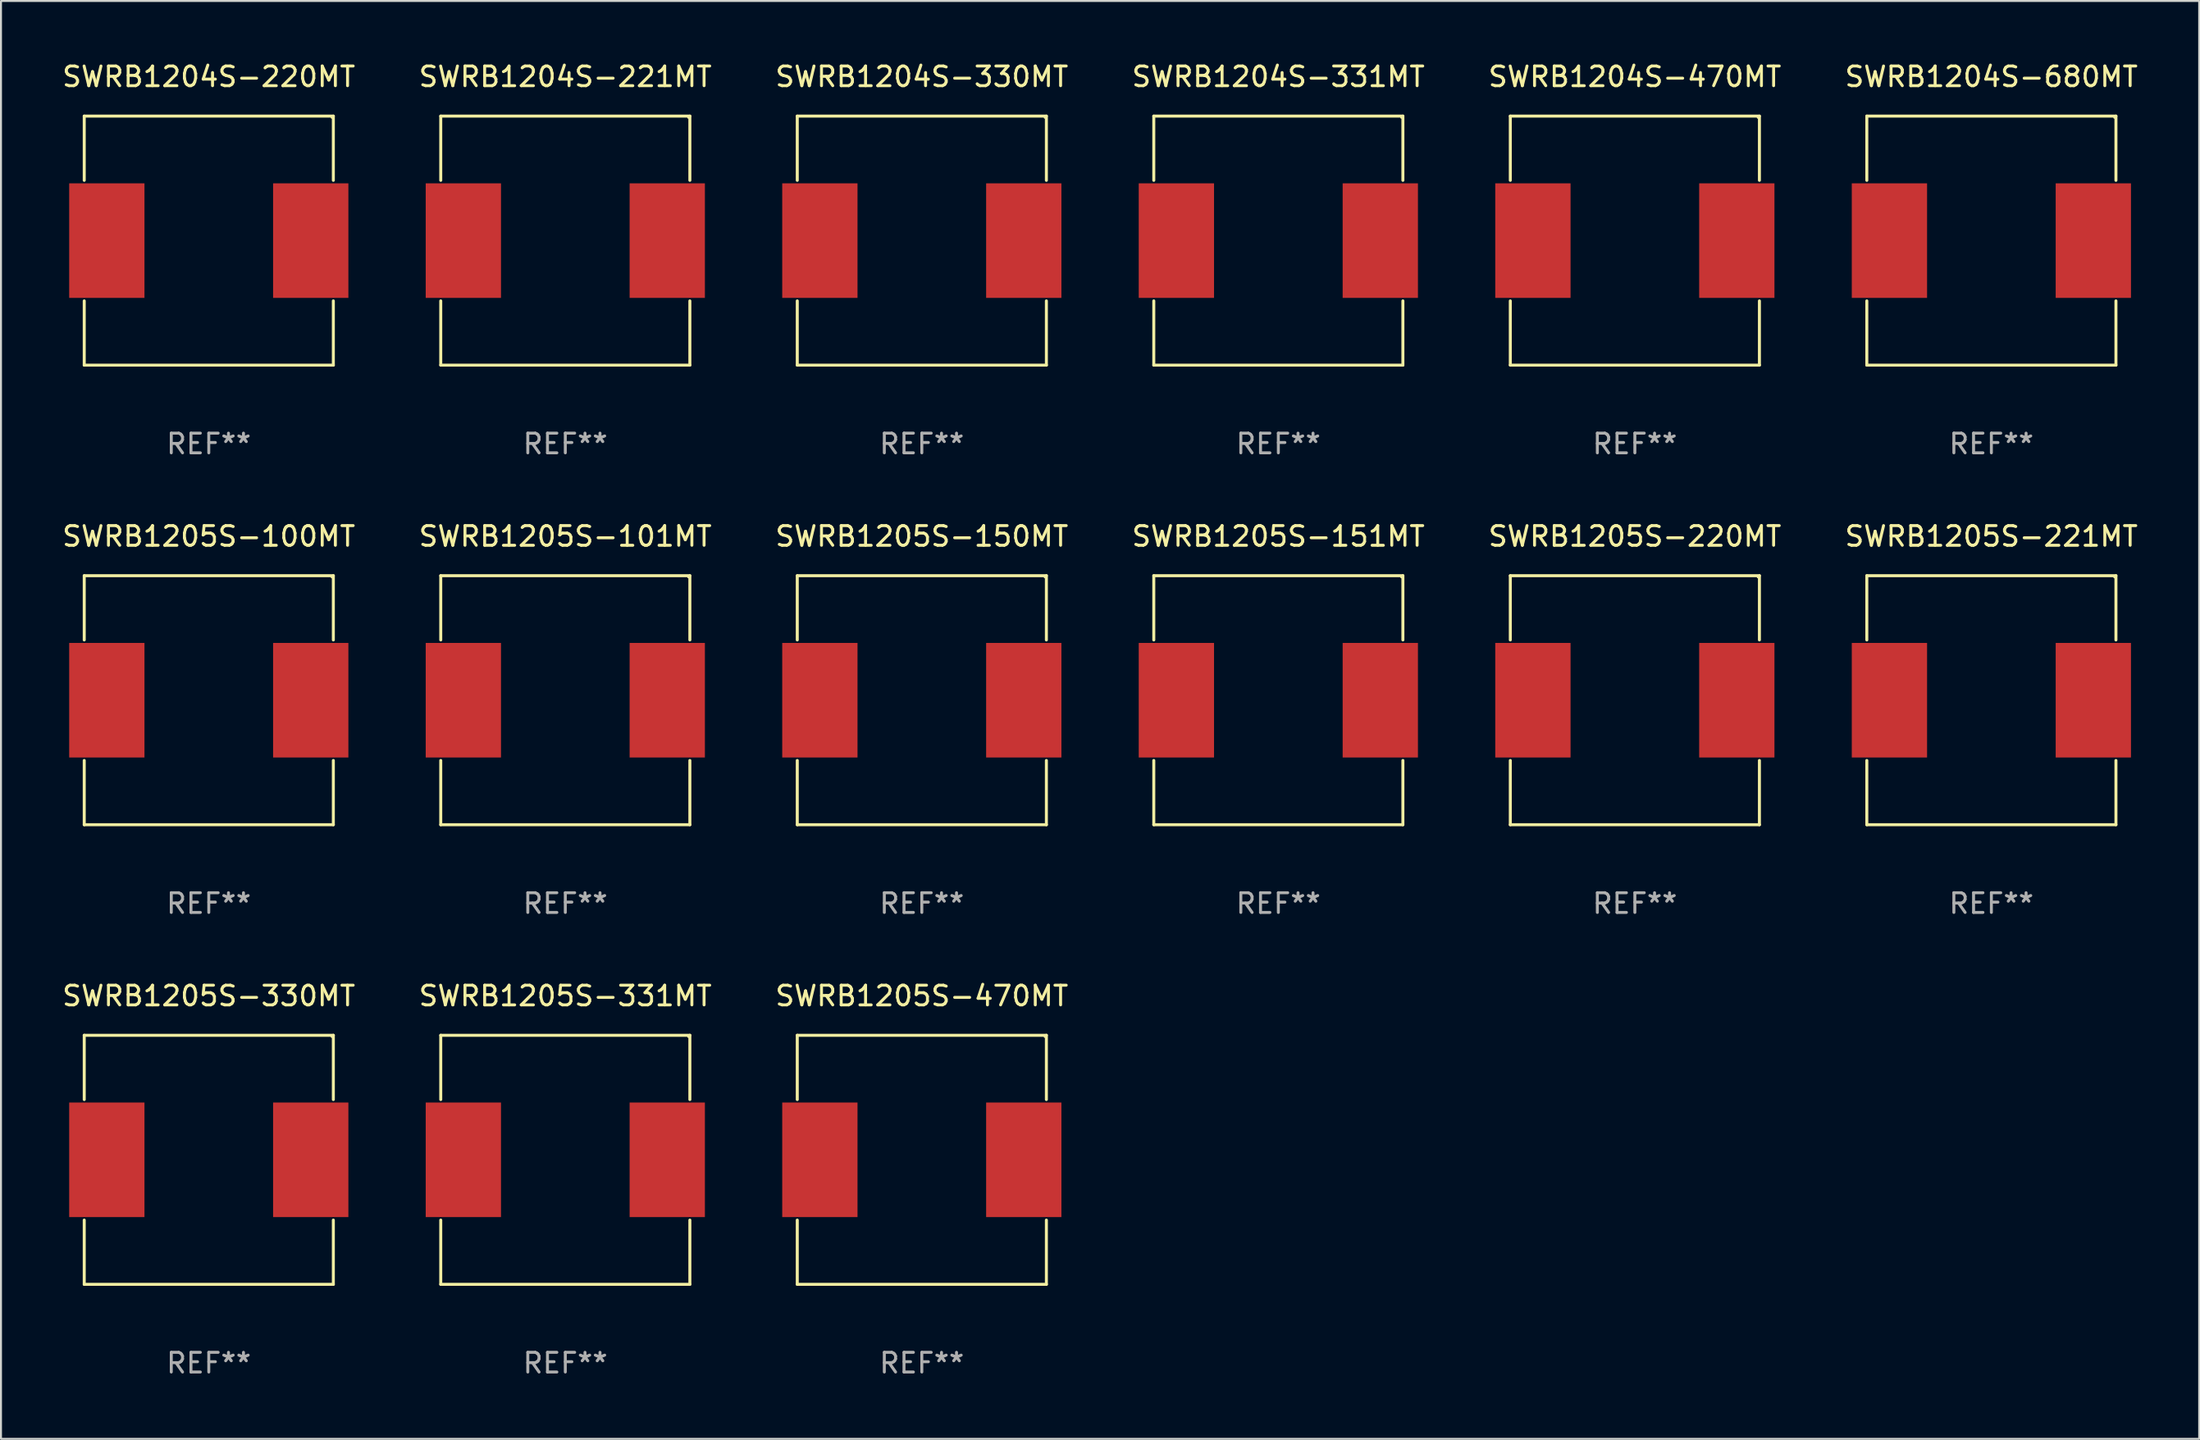
<source format=kicad_pcb>
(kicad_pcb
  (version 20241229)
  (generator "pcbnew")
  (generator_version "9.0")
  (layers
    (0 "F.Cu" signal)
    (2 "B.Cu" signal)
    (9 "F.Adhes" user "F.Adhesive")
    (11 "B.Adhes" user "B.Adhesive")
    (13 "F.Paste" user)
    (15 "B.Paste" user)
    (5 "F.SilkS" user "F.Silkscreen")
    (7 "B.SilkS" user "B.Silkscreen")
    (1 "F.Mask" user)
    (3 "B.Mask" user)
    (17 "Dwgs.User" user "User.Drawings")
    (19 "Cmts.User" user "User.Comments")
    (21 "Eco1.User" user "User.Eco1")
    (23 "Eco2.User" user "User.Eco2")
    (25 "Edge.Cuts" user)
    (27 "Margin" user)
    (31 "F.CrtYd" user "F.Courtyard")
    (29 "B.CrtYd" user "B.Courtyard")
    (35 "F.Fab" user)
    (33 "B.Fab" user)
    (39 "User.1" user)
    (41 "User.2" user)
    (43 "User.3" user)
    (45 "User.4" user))
  (footprint "SWRB1205S-150MT"
    (layer "F.Cu")
    (at 43.768 32.523)
    (property "Reference" "SWRB1205S-150MT" (at 0 -8.326 0) (layer "F.SilkS") (effects (font (size 1 1) (thickness 0.15))))
    (attr through_hole)
    (fp_line (start -6.326 -6.326) (end 6.326 -6.326) (stroke (width 0.152) (type solid)) (layer "F.SilkS"))
    (fp_line (start -6.326 -3.062) (end -6.326 -6.326) (stroke (width 0.152) (type solid)) (layer "F.SilkS"))
    (fp_line (start -6.326 3.062) (end -6.326 6.326) (stroke (width 0.152) (type solid)) (layer "F.SilkS"))
    (fp_line (start -6.326 6.326) (end 6.326 6.326) (stroke (width 0.152) (type solid)) (layer "F.SilkS"))
    (fp_line (start 6.326 -6.326) (end 6.326 -3.062) (stroke (width 0.152) (type solid)) (layer "F.SilkS"))
    (fp_line (start 6.326 6.326) (end 6.326 3.062) (stroke (width 0.152) (type solid)) (layer "F.SilkS"))
    (fp_circle (center 6.25 -6.25) (end 6.28 -6.25) (stroke (width 0.06) (type solid)) (fill no) (layer "F.SilkS"))
    (fp_text user "REF**" (at 0 10.326 0) (layer "F.Fab") (effects (font (size 1 1) (thickness 0.15))))
    (pad "1" smd rect (at 5.178 0) (size 3.824 5.82) (layers "F.Cu" "F.Mask" "F.Paste"))
    (pad "2" smd rect (at -5.178 0) (size 3.824 5.82) (layers "F.Cu" "F.Mask" "F.Paste")))
  (footprint "SWRB1204S-221MT"
    (layer "F.Cu")
    (at 25.661 9.174)
    (property "Reference" "SWRB1204S-221MT" (at 0 -8.326 0) (layer "F.SilkS") (effects (font (size 1 1) (thickness 0.15))))
    (attr through_hole)
    (fp_line (start -6.326 -6.326) (end 6.326 -6.326) (stroke (width 0.152) (type solid)) (layer "F.SilkS"))
    (fp_line (start -6.326 -3.062) (end -6.326 -6.326) (stroke (width 0.152) (type solid)) (layer "F.SilkS"))
    (fp_line (start -6.326 3.062) (end -6.326 6.326) (stroke (width 0.152) (type solid)) (layer "F.SilkS"))
    (fp_line (start -6.326 6.326) (end 6.326 6.326) (stroke (width 0.152) (type solid)) (layer "F.SilkS"))
    (fp_line (start 6.326 -6.326) (end 6.326 -3.062) (stroke (width 0.152) (type solid)) (layer "F.SilkS"))
    (fp_line (start 6.326 6.326) (end 6.326 3.062) (stroke (width 0.152) (type solid)) (layer "F.SilkS"))
    (fp_circle (center 6.25 -6.25) (end 6.28 -6.25) (stroke (width 0.06) (type solid)) (fill no) (layer "F.SilkS"))
    (fp_text user "REF**" (at 0 10.326 0) (layer "F.Fab") (effects (font (size 1 1) (thickness 0.15))))
    (pad "1" smd rect (at 5.178 0) (size 3.824 5.82) (layers "F.Cu" "F.Mask" "F.Paste"))
    (pad "2" smd rect (at -5.178 0) (size 3.824 5.82) (layers "F.Cu" "F.Mask" "F.Paste")))
  (footprint "SWRB1205S-221MT"
    (layer "F.Cu")
    (at 98.089 32.523)
    (property "Reference" "SWRB1205S-221MT" (at 0 -8.326 0) (layer "F.SilkS") (effects (font (size 1 1) (thickness 0.15))))
    (attr through_hole)
    (fp_line (start -6.326 -6.326) (end 6.326 -6.326) (stroke (width 0.152) (type solid)) (layer "F.SilkS"))
    (fp_line (start -6.326 -3.062) (end -6.326 -6.326) (stroke (width 0.152) (type solid)) (layer "F.SilkS"))
    (fp_line (start -6.326 3.062) (end -6.326 6.326) (stroke (width 0.152) (type solid)) (layer "F.SilkS"))
    (fp_line (start -6.326 6.326) (end 6.326 6.326) (stroke (width 0.152) (type solid)) (layer "F.SilkS"))
    (fp_line (start 6.326 -6.326) (end 6.326 -3.062) (stroke (width 0.152) (type solid)) (layer "F.SilkS"))
    (fp_line (start 6.326 6.326) (end 6.326 3.062) (stroke (width 0.152) (type solid)) (layer "F.SilkS"))
    (fp_circle (center 6.25 -6.25) (end 6.28 -6.25) (stroke (width 0.06) (type solid)) (fill no) (layer "F.SilkS"))
    (fp_text user "REF**" (at 0 10.326 0) (layer "F.Fab") (effects (font (size 1 1) (thickness 0.15))))
    (pad "1" smd rect (at 5.178 0) (size 3.824 5.82) (layers "F.Cu" "F.Mask" "F.Paste"))
    (pad "2" smd rect (at -5.178 0) (size 3.824 5.82) (layers "F.Cu" "F.Mask" "F.Paste")))
  (footprint "SWRB1204S-331MT"
    (layer "F.Cu")
    (at 61.875 9.174)
    (property "Reference" "SWRB1204S-331MT" (at 0 -8.326 0) (layer "F.SilkS") (effects (font (size 1 1) (thickness 0.15))))
    (attr through_hole)
    (fp_line (start -6.326 -6.326) (end 6.326 -6.326) (stroke (width 0.152) (type solid)) (layer "F.SilkS"))
    (fp_line (start -6.326 -3.062) (end -6.326 -6.326) (stroke (width 0.152) (type solid)) (layer "F.SilkS"))
    (fp_line (start -6.326 3.062) (end -6.326 6.326) (stroke (width 0.152) (type solid)) (layer "F.SilkS"))
    (fp_line (start -6.326 6.326) (end 6.326 6.326) (stroke (width 0.152) (type solid)) (layer "F.SilkS"))
    (fp_line (start 6.326 -6.326) (end 6.326 -3.062) (stroke (width 0.152) (type solid)) (layer "F.SilkS"))
    (fp_line (start 6.326 6.326) (end 6.326 3.062) (stroke (width 0.152) (type solid)) (layer "F.SilkS"))
    (fp_circle (center 6.25 -6.25) (end 6.28 -6.25) (stroke (width 0.06) (type solid)) (fill no) (layer "F.SilkS"))
    (fp_text user "REF**" (at 0 10.326 0) (layer "F.Fab") (effects (font (size 1 1) (thickness 0.15))))
    (pad "1" smd rect (at 5.178 0) (size 3.824 5.82) (layers "F.Cu" "F.Mask" "F.Paste"))
    (pad "2" smd rect (at -5.178 0) (size 3.824 5.82) (layers "F.Cu" "F.Mask" "F.Paste")))
  (footprint "SWRB1204S-680MT"
    (layer "F.Cu")
    (at 98.089 9.174)
    (property "Reference" "SWRB1204S-680MT" (at 0 -8.326 0) (layer "F.SilkS") (effects (font (size 1 1) (thickness 0.15))))
    (attr through_hole)
    (fp_line (start -6.326 -6.326) (end 6.326 -6.326) (stroke (width 0.152) (type solid)) (layer "F.SilkS"))
    (fp_line (start -6.326 -3.062) (end -6.326 -6.326) (stroke (width 0.152) (type solid)) (layer "F.SilkS"))
    (fp_line (start -6.326 3.062) (end -6.326 6.326) (stroke (width 0.152) (type solid)) (layer "F.SilkS"))
    (fp_line (start -6.326 6.326) (end 6.326 6.326) (stroke (width 0.152) (type solid)) (layer "F.SilkS"))
    (fp_line (start 6.326 -6.326) (end 6.326 -3.062) (stroke (width 0.152) (type solid)) (layer "F.SilkS"))
    (fp_line (start 6.326 6.326) (end 6.326 3.062) (stroke (width 0.152) (type solid)) (layer "F.SilkS"))
    (fp_circle (center 6.25 -6.25) (end 6.28 -6.25) (stroke (width 0.06) (type solid)) (fill no) (layer "F.SilkS"))
    (fp_text user "REF**" (at 0 10.326 0) (layer "F.Fab") (effects (font (size 1 1) (thickness 0.15))))
    (pad "1" smd rect (at 5.178 0) (size 3.824 5.82) (layers "F.Cu" "F.Mask" "F.Paste"))
    (pad "2" smd rect (at -5.178 0) (size 3.824 5.82) (layers "F.Cu" "F.Mask" "F.Paste")))
  (footprint "SWRB1205S-330MT"
    (layer "F.Cu")
    (at 7.554 55.872)
    (property "Reference" "SWRB1205S-330MT" (at 0 -8.326 0) (layer "F.SilkS") (effects (font (size 1 1) (thickness 0.15))))
    (attr through_hole)
    (fp_line (start -6.326 -6.326) (end 6.326 -6.326) (stroke (width 0.152) (type solid)) (layer "F.SilkS"))
    (fp_line (start -6.326 -3.062) (end -6.326 -6.326) (stroke (width 0.152) (type solid)) (layer "F.SilkS"))
    (fp_line (start -6.326 3.062) (end -6.326 6.326) (stroke (width 0.152) (type solid)) (layer "F.SilkS"))
    (fp_line (start -6.326 6.326) (end 6.326 6.326) (stroke (width 0.152) (type solid)) (layer "F.SilkS"))
    (fp_line (start 6.326 -6.326) (end 6.326 -3.062) (stroke (width 0.152) (type solid)) (layer "F.SilkS"))
    (fp_line (start 6.326 6.326) (end 6.326 3.062) (stroke (width 0.152) (type solid)) (layer "F.SilkS"))
    (fp_circle (center 6.25 -6.25) (end 6.28 -6.25) (stroke (width 0.06) (type solid)) (fill no) (layer "F.SilkS"))
    (fp_text user "REF**" (at 0 10.326 0) (layer "F.Fab") (effects (font (size 1 1) (thickness 0.15))))
    (pad "1" smd rect (at 5.178 0) (size 3.824 5.82) (layers "F.Cu" "F.Mask" "F.Paste"))
    (pad "2" smd rect (at -5.178 0) (size 3.824 5.82) (layers "F.Cu" "F.Mask" "F.Paste")))
  (footprint "SWRB1204S-470MT"
    (layer "F.Cu")
    (at 79.982 9.174)
    (property "Reference" "SWRB1204S-470MT" (at 0 -8.326 0) (layer "F.SilkS") (effects (font (size 1 1) (thickness 0.15))))
    (attr through_hole)
    (fp_line (start -6.326 -6.326) (end 6.326 -6.326) (stroke (width 0.152) (type solid)) (layer "F.SilkS"))
    (fp_line (start -6.326 -3.062) (end -6.326 -6.326) (stroke (width 0.152) (type solid)) (layer "F.SilkS"))
    (fp_line (start -6.326 3.062) (end -6.326 6.326) (stroke (width 0.152) (type solid)) (layer "F.SilkS"))
    (fp_line (start -6.326 6.326) (end 6.326 6.326) (stroke (width 0.152) (type solid)) (layer "F.SilkS"))
    (fp_line (start 6.326 -6.326) (end 6.326 -3.062) (stroke (width 0.152) (type solid)) (layer "F.SilkS"))
    (fp_line (start 6.326 6.326) (end 6.326 3.062) (stroke (width 0.152) (type solid)) (layer "F.SilkS"))
    (fp_circle (center 6.25 -6.25) (end 6.28 -6.25) (stroke (width 0.06) (type solid)) (fill no) (layer "F.SilkS"))
    (fp_text user "REF**" (at 0 10.326 0) (layer "F.Fab") (effects (font (size 1 1) (thickness 0.15))))
    (pad "1" smd rect (at 5.178 0) (size 3.824 5.82) (layers "F.Cu" "F.Mask" "F.Paste"))
    (pad "2" smd rect (at -5.178 0) (size 3.824 5.82) (layers "F.Cu" "F.Mask" "F.Paste")))
  (footprint "SWRB1204S-220MT"
    (layer "F.Cu")
    (at 7.554 9.174)
    (property "Reference" "SWRB1204S-220MT" (at 0 -8.326 0) (layer "F.SilkS") (effects (font (size 1 1) (thickness 0.15))))
    (attr through_hole)
    (fp_line (start -6.326 -6.326) (end 6.326 -6.326) (stroke (width 0.152) (type solid)) (layer "F.SilkS"))
    (fp_line (start -6.326 -3.062) (end -6.326 -6.326) (stroke (width 0.152) (type solid)) (layer "F.SilkS"))
    (fp_line (start -6.326 3.062) (end -6.326 6.326) (stroke (width 0.152) (type solid)) (layer "F.SilkS"))
    (fp_line (start -6.326 6.326) (end 6.326 6.326) (stroke (width 0.152) (type solid)) (layer "F.SilkS"))
    (fp_line (start 6.326 -6.326) (end 6.326 -3.062) (stroke (width 0.152) (type solid)) (layer "F.SilkS"))
    (fp_line (start 6.326 6.326) (end 6.326 3.062) (stroke (width 0.152) (type solid)) (layer "F.SilkS"))
    (fp_circle (center 6.25 -6.25) (end 6.28 -6.25) (stroke (width 0.06) (type solid)) (fill no) (layer "F.SilkS"))
    (fp_text user "REF**" (at 0 10.326 0) (layer "F.Fab") (effects (font (size 1 1) (thickness 0.15))))
    (pad "1" smd rect (at 5.178 0) (size 3.824 5.82) (layers "F.Cu" "F.Mask" "F.Paste"))
    (pad "2" smd rect (at -5.178 0) (size 3.824 5.82) (layers "F.Cu" "F.Mask" "F.Paste")))
  (footprint "SWRB1205S-331MT"
    (layer "F.Cu")
    (at 25.661 55.872)
    (property "Reference" "SWRB1205S-331MT" (at 0 -8.326 0) (layer "F.SilkS") (effects (font (size 1 1) (thickness 0.15))))
    (attr through_hole)
    (fp_line (start -6.326 -6.326) (end 6.326 -6.326) (stroke (width 0.152) (type solid)) (layer "F.SilkS"))
    (fp_line (start -6.326 -3.062) (end -6.326 -6.326) (stroke (width 0.152) (type solid)) (layer "F.SilkS"))
    (fp_line (start -6.326 3.062) (end -6.326 6.326) (stroke (width 0.152) (type solid)) (layer "F.SilkS"))
    (fp_line (start -6.326 6.326) (end 6.326 6.326) (stroke (width 0.152) (type solid)) (layer "F.SilkS"))
    (fp_line (start 6.326 -6.326) (end 6.326 -3.062) (stroke (width 0.152) (type solid)) (layer "F.SilkS"))
    (fp_line (start 6.326 6.326) (end 6.326 3.062) (stroke (width 0.152) (type solid)) (layer "F.SilkS"))
    (fp_circle (center 6.25 -6.25) (end 6.28 -6.25) (stroke (width 0.06) (type solid)) (fill no) (layer "F.SilkS"))
    (fp_text user "REF**" (at 0 10.326 0) (layer "F.Fab") (effects (font (size 1 1) (thickness 0.15))))
    (pad "1" smd rect (at 5.178 0) (size 3.824 5.82) (layers "F.Cu" "F.Mask" "F.Paste"))
    (pad "2" smd rect (at -5.178 0) (size 3.824 5.82) (layers "F.Cu" "F.Mask" "F.Paste")))
  (footprint "SWRB1205S-100MT"
    (layer "F.Cu")
    (at 7.554 32.523)
    (property "Reference" "SWRB1205S-100MT" (at 0 -8.326 0) (layer "F.SilkS") (effects (font (size 1 1) (thickness 0.15))))
    (attr through_hole)
    (fp_line (start -6.326 -6.326) (end 6.326 -6.326) (stroke (width 0.152) (type solid)) (layer "F.SilkS"))
    (fp_line (start -6.326 -3.062) (end -6.326 -6.326) (stroke (width 0.152) (type solid)) (layer "F.SilkS"))
    (fp_line (start -6.326 3.062) (end -6.326 6.326) (stroke (width 0.152) (type solid)) (layer "F.SilkS"))
    (fp_line (start -6.326 6.326) (end 6.326 6.326) (stroke (width 0.152) (type solid)) (layer "F.SilkS"))
    (fp_line (start 6.326 -6.326) (end 6.326 -3.062) (stroke (width 0.152) (type solid)) (layer "F.SilkS"))
    (fp_line (start 6.326 6.326) (end 6.326 3.062) (stroke (width 0.152) (type solid)) (layer "F.SilkS"))
    (fp_circle (center 6.25 -6.25) (end 6.28 -6.25) (stroke (width 0.06) (type solid)) (fill no) (layer "F.SilkS"))
    (fp_text user "REF**" (at 0 10.326 0) (layer "F.Fab") (effects (font (size 1 1) (thickness 0.15))))
    (pad "1" smd rect (at 5.178 0) (size 3.824 5.82) (layers "F.Cu" "F.Mask" "F.Paste"))
    (pad "2" smd rect (at -5.178 0) (size 3.824 5.82) (layers "F.Cu" "F.Mask" "F.Paste")))
  (footprint "SWRB1205S-151MT"
    (layer "F.Cu")
    (at 61.875 32.523)
    (property "Reference" "SWRB1205S-151MT" (at 0 -8.326 0) (layer "F.SilkS") (effects (font (size 1 1) (thickness 0.15))))
    (attr through_hole)
    (fp_line (start -6.326 -6.326) (end 6.326 -6.326) (stroke (width 0.152) (type solid)) (layer "F.SilkS"))
    (fp_line (start -6.326 -3.062) (end -6.326 -6.326) (stroke (width 0.152) (type solid)) (layer "F.SilkS"))
    (fp_line (start -6.326 3.062) (end -6.326 6.326) (stroke (width 0.152) (type solid)) (layer "F.SilkS"))
    (fp_line (start -6.326 6.326) (end 6.326 6.326) (stroke (width 0.152) (type solid)) (layer "F.SilkS"))
    (fp_line (start 6.326 -6.326) (end 6.326 -3.062) (stroke (width 0.152) (type solid)) (layer "F.SilkS"))
    (fp_line (start 6.326 6.326) (end 6.326 3.062) (stroke (width 0.152) (type solid)) (layer "F.SilkS"))
    (fp_circle (center 6.25 -6.25) (end 6.28 -6.25) (stroke (width 0.06) (type solid)) (fill no) (layer "F.SilkS"))
    (fp_text user "REF**" (at 0 10.326 0) (layer "F.Fab") (effects (font (size 1 1) (thickness 0.15))))
    (pad "1" smd rect (at 5.178 0) (size 3.824 5.82) (layers "F.Cu" "F.Mask" "F.Paste"))
    (pad "2" smd rect (at -5.178 0) (size 3.824 5.82) (layers "F.Cu" "F.Mask" "F.Paste")))
  (footprint "SWRB1205S-101MT"
    (layer "F.Cu")
    (at 25.661 32.523)
    (property "Reference" "SWRB1205S-101MT" (at 0 -8.326 0) (layer "F.SilkS") (effects (font (size 1 1) (thickness 0.15))))
    (attr through_hole)
    (fp_line (start -6.326 -6.326) (end 6.326 -6.326) (stroke (width 0.152) (type solid)) (layer "F.SilkS"))
    (fp_line (start -6.326 -3.062) (end -6.326 -6.326) (stroke (width 0.152) (type solid)) (layer "F.SilkS"))
    (fp_line (start -6.326 3.062) (end -6.326 6.326) (stroke (width 0.152) (type solid)) (layer "F.SilkS"))
    (fp_line (start -6.326 6.326) (end 6.326 6.326) (stroke (width 0.152) (type solid)) (layer "F.SilkS"))
    (fp_line (start 6.326 -6.326) (end 6.326 -3.062) (stroke (width 0.152) (type solid)) (layer "F.SilkS"))
    (fp_line (start 6.326 6.326) (end 6.326 3.062) (stroke (width 0.152) (type solid)) (layer "F.SilkS"))
    (fp_circle (center 6.25 -6.25) (end 6.28 -6.25) (stroke (width 0.06) (type solid)) (fill no) (layer "F.SilkS"))
    (fp_text user "REF**" (at 0 10.326 0) (layer "F.Fab") (effects (font (size 1 1) (thickness 0.15))))
    (pad "1" smd rect (at 5.178 0) (size 3.824 5.82) (layers "F.Cu" "F.Mask" "F.Paste"))
    (pad "2" smd rect (at -5.178 0) (size 3.824 5.82) (layers "F.Cu" "F.Mask" "F.Paste")))
  (footprint "SWRB1205S-220MT"
    (layer "F.Cu")
    (at 79.982 32.523)
    (property "Reference" "SWRB1205S-220MT" (at 0 -8.326 0) (layer "F.SilkS") (effects (font (size 1 1) (thickness 0.15))))
    (attr through_hole)
    (fp_line (start -6.326 -6.326) (end 6.326 -6.326) (stroke (width 0.152) (type solid)) (layer "F.SilkS"))
    (fp_line (start -6.326 -3.062) (end -6.326 -6.326) (stroke (width 0.152) (type solid)) (layer "F.SilkS"))
    (fp_line (start -6.326 3.062) (end -6.326 6.326) (stroke (width 0.152) (type solid)) (layer "F.SilkS"))
    (fp_line (start -6.326 6.326) (end 6.326 6.326) (stroke (width 0.152) (type solid)) (layer "F.SilkS"))
    (fp_line (start 6.326 -6.326) (end 6.326 -3.062) (stroke (width 0.152) (type solid)) (layer "F.SilkS"))
    (fp_line (start 6.326 6.326) (end 6.326 3.062) (stroke (width 0.152) (type solid)) (layer "F.SilkS"))
    (fp_circle (center 6.25 -6.25) (end 6.28 -6.25) (stroke (width 0.06) (type solid)) (fill no) (layer "F.SilkS"))
    (fp_text user "REF**" (at 0 10.326 0) (layer "F.Fab") (effects (font (size 1 1) (thickness 0.15))))
    (pad "1" smd rect (at 5.178 0) (size 3.824 5.82) (layers "F.Cu" "F.Mask" "F.Paste"))
    (pad "2" smd rect (at -5.178 0) (size 3.824 5.82) (layers "F.Cu" "F.Mask" "F.Paste")))
  (footprint "SWRB1204S-330MT"
    (layer "F.Cu")
    (at 43.768 9.174)
    (property "Reference" "SWRB1204S-330MT" (at 0 -8.326 0) (layer "F.SilkS") (effects (font (size 1 1) (thickness 0.15))))
    (attr through_hole)
    (fp_line (start -6.326 -6.326) (end 6.326 -6.326) (stroke (width 0.152) (type solid)) (layer "F.SilkS"))
    (fp_line (start -6.326 -3.062) (end -6.326 -6.326) (stroke (width 0.152) (type solid)) (layer "F.SilkS"))
    (fp_line (start -6.326 3.062) (end -6.326 6.326) (stroke (width 0.152) (type solid)) (layer "F.SilkS"))
    (fp_line (start -6.326 6.326) (end 6.326 6.326) (stroke (width 0.152) (type solid)) (layer "F.SilkS"))
    (fp_line (start 6.326 -6.326) (end 6.326 -3.062) (stroke (width 0.152) (type solid)) (layer "F.SilkS"))
    (fp_line (start 6.326 6.326) (end 6.326 3.062) (stroke (width 0.152) (type solid)) (layer "F.SilkS"))
    (fp_circle (center 6.25 -6.25) (end 6.28 -6.25) (stroke (width 0.06) (type solid)) (fill no) (layer "F.SilkS"))
    (fp_text user "REF**" (at 0 10.326 0) (layer "F.Fab") (effects (font (size 1 1) (thickness 0.15))))
    (pad "1" smd rect (at 5.178 0) (size 3.824 5.82) (layers "F.Cu" "F.Mask" "F.Paste"))
    (pad "2" smd rect (at -5.178 0) (size 3.824 5.82) (layers "F.Cu" "F.Mask" "F.Paste")))
  (footprint "SWRB1205S-470MT"
    (layer "F.Cu")
    (at 43.768 55.872)
    (property "Reference" "SWRB1205S-470MT" (at 0 -8.326 0) (layer "F.SilkS") (effects (font (size 1 1) (thickness 0.15))))
    (attr through_hole)
    (fp_line (start -6.326 -6.326) (end 6.326 -6.326) (stroke (width 0.152) (type solid)) (layer "F.SilkS"))
    (fp_line (start -6.326 -3.062) (end -6.326 -6.326) (stroke (width 0.152) (type solid)) (layer "F.SilkS"))
    (fp_line (start -6.326 3.062) (end -6.326 6.326) (stroke (width 0.152) (type solid)) (layer "F.SilkS"))
    (fp_line (start -6.326 6.326) (end 6.326 6.326) (stroke (width 0.152) (type solid)) (layer "F.SilkS"))
    (fp_line (start 6.326 -6.326) (end 6.326 -3.062) (stroke (width 0.152) (type solid)) (layer "F.SilkS"))
    (fp_line (start 6.326 6.326) (end 6.326 3.062) (stroke (width 0.152) (type solid)) (layer "F.SilkS"))
    (fp_circle (center 6.25 -6.25) (end 6.28 -6.25) (stroke (width 0.06) (type solid)) (fill no) (layer "F.SilkS"))
    (fp_text user "REF**" (at 0 10.326 0) (layer "F.Fab") (effects (font (size 1 1) (thickness 0.15))))
    (pad "1" smd rect (at 5.178 0) (size 3.824 5.82) (layers "F.Cu" "F.Mask" "F.Paste"))
    (pad "2" smd rect (at -5.178 0) (size 3.824 5.82) (layers "F.Cu" "F.Mask" "F.Paste")))
  (gr_rect
    (start -3 -3)
    (end 108.643 70.047)
    (stroke (width 0.1) (type default))
    (fill no)
    (layer "Edge.Cuts")))
</source>
